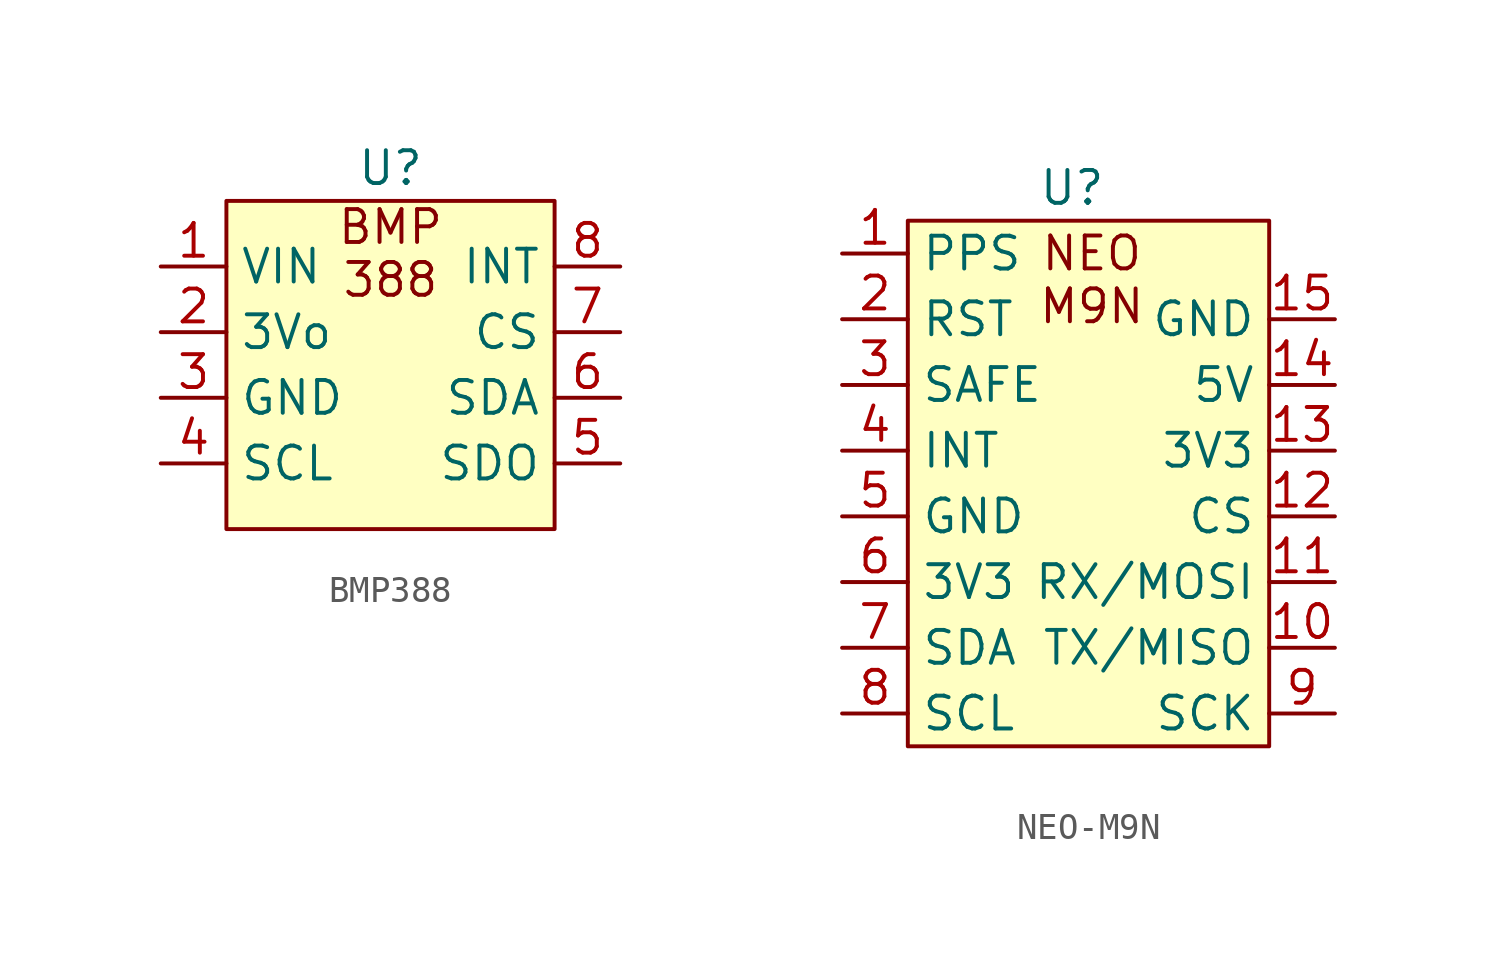
<source format=kicad_sym>
(kicad_symbol_lib
  (version 20231120)
  (generator "kicad_symbol_editor")
  (generator_version "8.0")
  (symbol "BMP388"
    (property "Reference" "U"
      (at 0 0 0)
      (effects (font (size 1.27 1.27))))
    (property "Value" ""
      (at 0 0 0)
      (effects (font (size 1.27 1.27))))
    (symbol "BMP388_1_1"
      (rectangle (start -6.35 -1.27) (end 6.35 -13.97) (stroke (width 0) (type default)) (fill (type background)))
      (text "BMP\n388\n" (at 0 -3.302 0) (effects (font (size 1.27 1.27))))
      (pin input line (at -8.89 -3.81 0) (length 2.54) (name "VIN" (effects (font (size 1.27 1.27)))) (number "1" (effects (font (size 1.27 1.27)))))
      (pin output line (at -8.89 -6.35 0) (length 2.54) (name "3Vo" (effects (font (size 1.27 1.27)))) (number "2" (effects (font (size 1.27 1.27)))))
      (pin input line (at -8.89 -8.89 0) (length 2.54) (name "GND" (effects (font (size 1.27 1.27)))) (number "3" (effects (font (size 1.27 1.27)))))
      (pin input line (at -8.89 -11.43 0) (length 2.54) (name "SCL" (effects (font (size 1.27 1.27)))) (number "4" (effects (font (size 1.27 1.27)))))
      (pin input line (at 8.89 -11.43 180) (length 2.54) (name "SDO" (effects (font (size 1.27 1.27)))) (number "5" (effects (font (size 1.27 1.27)))))
      (pin input line (at 8.89 -8.89 180) (length 2.54) (name "SDA" (effects (font (size 1.27 1.27)))) (number "6" (effects (font (size 1.27 1.27)))))
      (pin input line (at 8.89 -6.35 180) (length 2.54) (name "CS" (effects (font (size 1.27 1.27)))) (number "7" (effects (font (size 1.27 1.27)))))
      (pin input line (at 8.89 -3.81 180) (length 2.54) (name "INT" (effects (font (size 1.27 1.27)))) (number "8" (effects (font (size 1.27 1.27)))))))
  (symbol "NEO-M9N"
    (property "Reference" "U"
      (at 0 0 0)
      (effects (font (size 1.27 1.27))))
    (property "Value" ""
      (at 0 0 0)
      (effects (font (size 1.27 1.27))))
    (symbol "NEO-M9N_1_1"
      (rectangle (start -6.35 -1.27) (end 7.62 -21.59) (stroke (width 0) (type default)) (fill (type background)))
      (text "NEO\nM9N" (at 0.762 -3.556 0) (effects (font (size 1.27 1.27))))
      (pin input line (at -8.89 -2.54 0) (length 2.54) (name "PPS" (effects (font (size 1.27 1.27)))) (number "1" (effects (font (size 1.27 1.27)))))
      (pin output line (at 10.16 -17.78 180) (length 2.54) (name "TX/MISO" (effects (font (size 1.27 1.27)))) (number "10" (effects (font (size 1.27 1.27)))))
      (pin input line (at 10.16 -15.24 180) (length 2.54) (name "RX/MOSI" (effects (font (size 1.27 1.27)))) (number "11" (effects (font (size 1.27 1.27)))))
      (pin input line (at 10.16 -12.7 180) (length 2.54) (name "CS" (effects (font (size 1.27 1.27)))) (number "12" (effects (font (size 1.27 1.27)))))
      (pin input line (at 10.16 -10.16 180) (length 2.54) (name "3V3" (effects (font (size 1.27 1.27)))) (number "13" (effects (font (size 1.27 1.27)))))
      (pin input line (at 10.16 -7.62 180) (length 2.54) (name "5V" (effects (font (size 1.27 1.27)))) (number "14" (effects (font (size 1.27 1.27)))))
      (pin input line (at 10.16 -5.08 180) (length 2.54) (name "GND" (effects (font (size 1.27 1.27)))) (number "15" (effects (font (size 1.27 1.27)))))
      (pin input line (at -8.89 -5.08 0) (length 2.54) (name "RST" (effects (font (size 1.27 1.27)))) (number "2" (effects (font (size 1.27 1.27)))))
      (pin input line (at -8.89 -7.62 0) (length 2.54) (name "SAFE" (effects (font (size 1.27 1.27)))) (number "3" (effects (font (size 1.27 1.27)))))
      (pin input line (at -8.89 -10.16 0) (length 2.54) (name "INT" (effects (font (size 1.27 1.27)))) (number "4" (effects (font (size 1.27 1.27)))))
      (pin input line (at -8.89 -12.7 0) (length 2.54) (name "GND" (effects (font (size 1.27 1.27)))) (number "5" (effects (font (size 1.27 1.27)))))
      (pin output line (at -8.89 -15.24 0) (length 2.54) (name "3V3" (effects (font (size 1.27 1.27)))) (number "6" (effects (font (size 1.27 1.27)))))
      (pin output line (at -8.89 -17.78 0) (length 2.54) (name "SDA" (effects (font (size 1.27 1.27)))) (number "7" (effects (font (size 1.27 1.27)))))
      (pin output line (at -8.89 -20.32 0) (length 2.54) (name "SCL" (effects (font (size 1.27 1.27)))) (number "8" (effects (font (size 1.27 1.27)))))
      (pin output line (at 10.16 -20.32 180) (length 2.54) (name "SCK" (effects (font (size 1.27 1.27)))) (number "9" (effects (font (size 1.27 1.27))))))))
</source>
